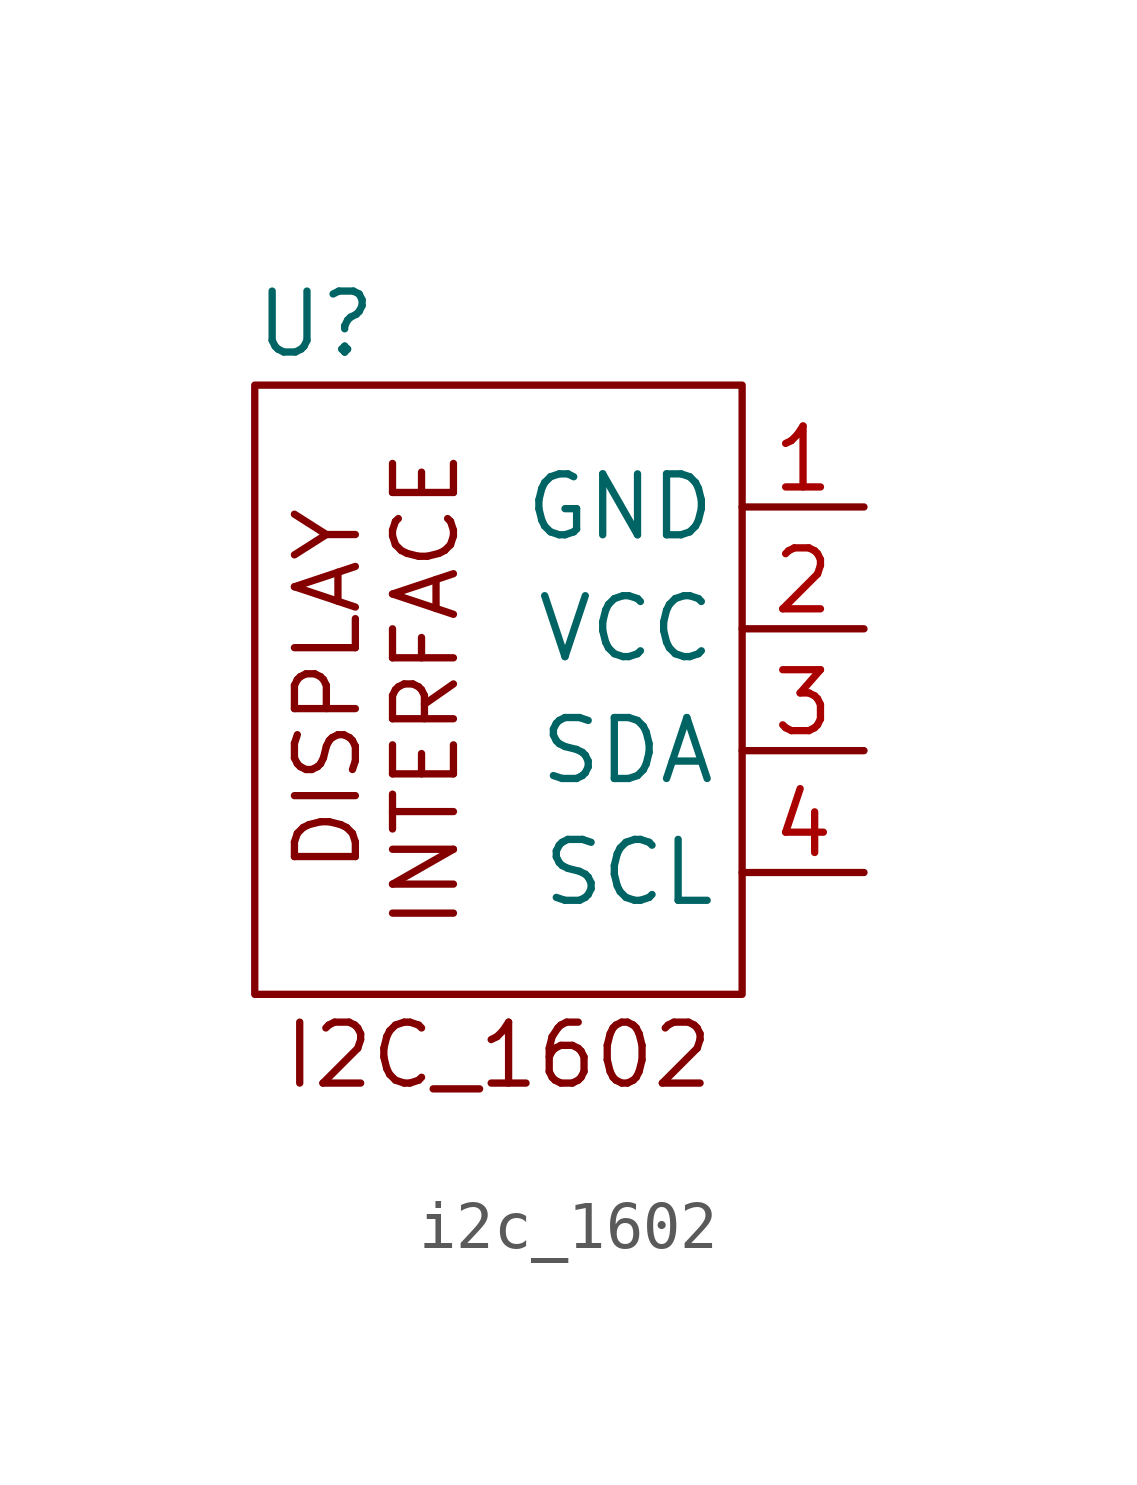
<source format=kicad_sym>
(kicad_symbol_lib
  (version 20220914)
  (generator kicad_symbol_editor)
  (symbol "i2c_1602"
    (property "Reference" "U"
      (at -8.89 3.81 0)
      (effects (font (size 1.27 1.27))))
    (property "Value" ""
      (at 0 -1.27 0)
      (effects (font (size 1.27 1.27))))
    (symbol "i2c_1602_0_1"
      (rectangle (start -10.16 2.54) (end 0 -10.16) (stroke (width 0) (type default)) (fill (type none))))
    (symbol "i2c_1602_1_1"
      (text "DISPLAY\nINTERFACE" (at -7.62 -3.81 900) (effects (font (size 1.27 1.27))))
      (text "I2C_1602" (at -5.08 -11.43 0) (effects (font (size 1.27 1.27))))
      (pin power_in line (at 2.54 0 180) (length 2.54) (name "GND" (effects (font (size 1.27 1.27)))) (number "1" (effects (font (size 1.27 1.27)))))
      (pin power_in line (at 2.54 -2.54 180) (length 2.54) (name "VCC" (effects (font (size 1.27 1.27)))) (number "2" (effects (font (size 1.27 1.27)))))
      (pin bidirectional line (at 2.54 -5.08 180) (length 2.54) (name "SDA" (effects (font (size 1.27 1.27)))) (number "3" (effects (font (size 1.27 1.27)))))
      (pin input line (at 2.54 -7.62 180) (length 2.54) (name "SCL" (effects (font (size 1.27 1.27)))) (number "4" (effects (font (size 1.27 1.27))))))))
</source>
